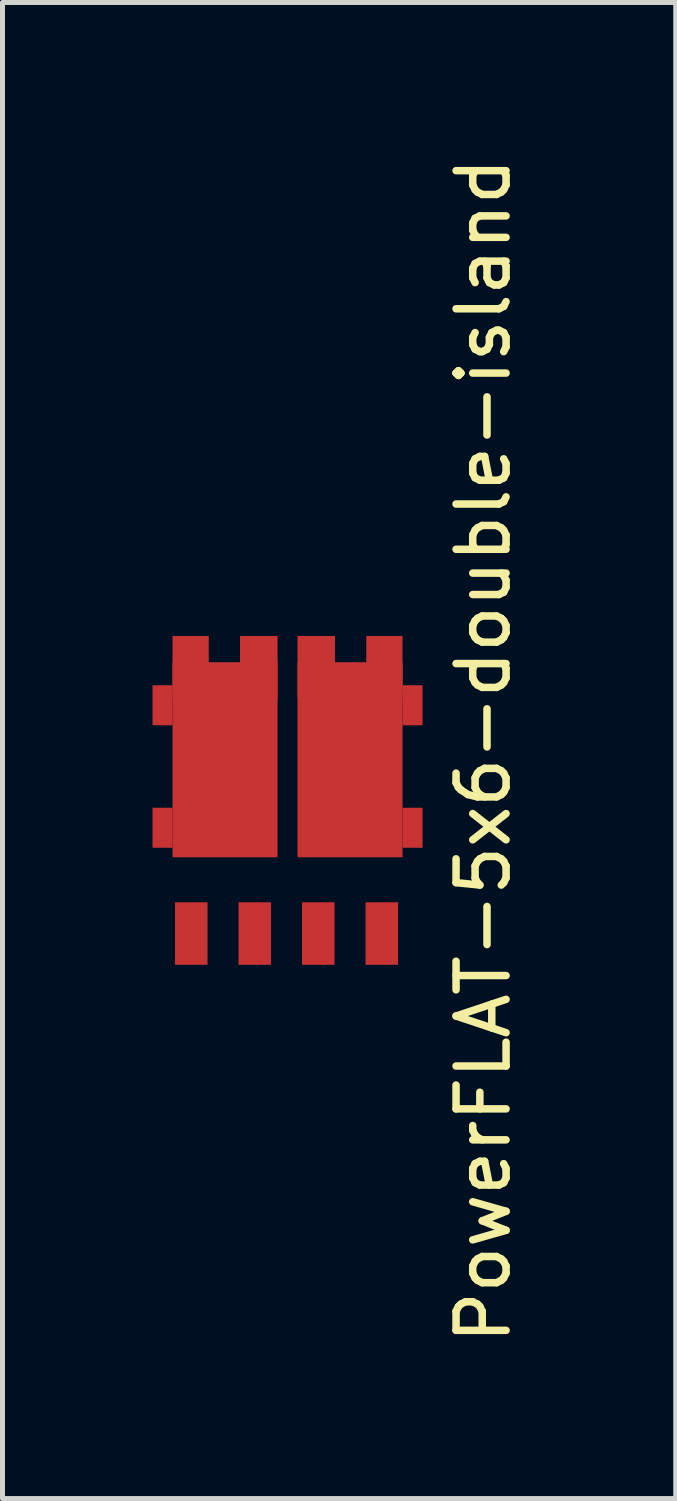
<source format=kicad_pcb>
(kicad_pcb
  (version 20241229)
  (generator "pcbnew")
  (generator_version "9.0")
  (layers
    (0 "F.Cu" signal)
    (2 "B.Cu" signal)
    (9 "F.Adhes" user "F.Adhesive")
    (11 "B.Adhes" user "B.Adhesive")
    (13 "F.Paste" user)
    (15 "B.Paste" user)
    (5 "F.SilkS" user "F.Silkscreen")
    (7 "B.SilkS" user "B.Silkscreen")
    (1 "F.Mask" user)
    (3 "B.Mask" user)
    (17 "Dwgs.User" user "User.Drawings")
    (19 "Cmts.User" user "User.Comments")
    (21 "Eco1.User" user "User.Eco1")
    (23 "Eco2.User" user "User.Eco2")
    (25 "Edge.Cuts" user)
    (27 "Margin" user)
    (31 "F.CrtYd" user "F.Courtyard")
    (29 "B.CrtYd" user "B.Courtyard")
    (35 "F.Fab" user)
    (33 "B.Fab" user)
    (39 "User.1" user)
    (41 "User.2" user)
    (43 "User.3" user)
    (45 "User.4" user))
  (footprint "PowerFLAT-5x6-double-island"
    (layer "F.Cu")
    (at 0.775 10.268)
    (property "Reference" "PowerFLAT-5x6-double-island" (at 5.84 1.69 90) (layer "F.SilkS") (effects (font (size 1 1) (thickness 0.15))))
    (attr smd)
    (pad "1" smd rect (at 0 5.35) (size 0.65 1.25) (layers "F.Cu" "F.Mask" "F.Paste"))
    (pad "2" smd rect (at 1.27 5.35) (size 0.65 1.25) (layers "F.Cu" "F.Mask" "F.Paste"))
    (pad "3" smd rect (at 2.54 5.35) (size 0.65 1.25) (layers "F.Cu" "F.Mask" "F.Paste"))
    (pad "4" smd rect (at 3.81 5.35) (size 0.65 1.25) (layers "F.Cu" "F.Mask" "F.Paste"))
    (pad "5" smd rect (at 3.175 1.875) (size 2.1 3.9) (layers "F.Cu" "F.Mask" "F.Paste"))
    (pad "5" smd rect (at 3.862 0.025) (size 0.725 1.25) (layers "F.Cu" "F.Mask" "F.Paste"))
    (pad "5" smd rect (at 4.425 0.785) (size 0.4 0.8) (layers "F.Cu" "F.Mask" "F.Paste"))
    (pad "5" smd rect (at 4.425 3.235) (size 0.4 0.8) (layers "F.Cu" "F.Mask" "F.Paste"))
    (pad "6" smd rect (at 2.5 0.025) (size 0.75 1.25) (layers "F.Cu" "F.Mask" "F.Paste"))
    (pad "7" smd rect (at -0.575 0.785) (size 0.4 0.8) (layers "F.Cu" "F.Mask" "F.Paste"))
    (pad "7" smd rect (at -0.575 3.235) (size 0.4 0.8) (layers "F.Cu" "F.Mask" "F.Paste"))
    (pad "7" smd rect (at 0.675 1.875) (size 2.1 3.9) (layers "F.Cu" "F.Mask" "F.Paste"))
    (pad "7" smd rect (at 1.35 0.025) (size 0.75 1.25) (layers "F.Cu" "F.Mask" "F.Paste"))
    (pad "8" smd rect (at -0.013 0.025) (size 0.725 1.25) (layers "F.Cu" "F.Mask" "F.Paste")))
  (gr_rect
    (start -3 -3)
    (end 10.463 26.917)
    (stroke (width 0.1) (type default))
    (fill no)
    (layer "Edge.Cuts")))
</source>
